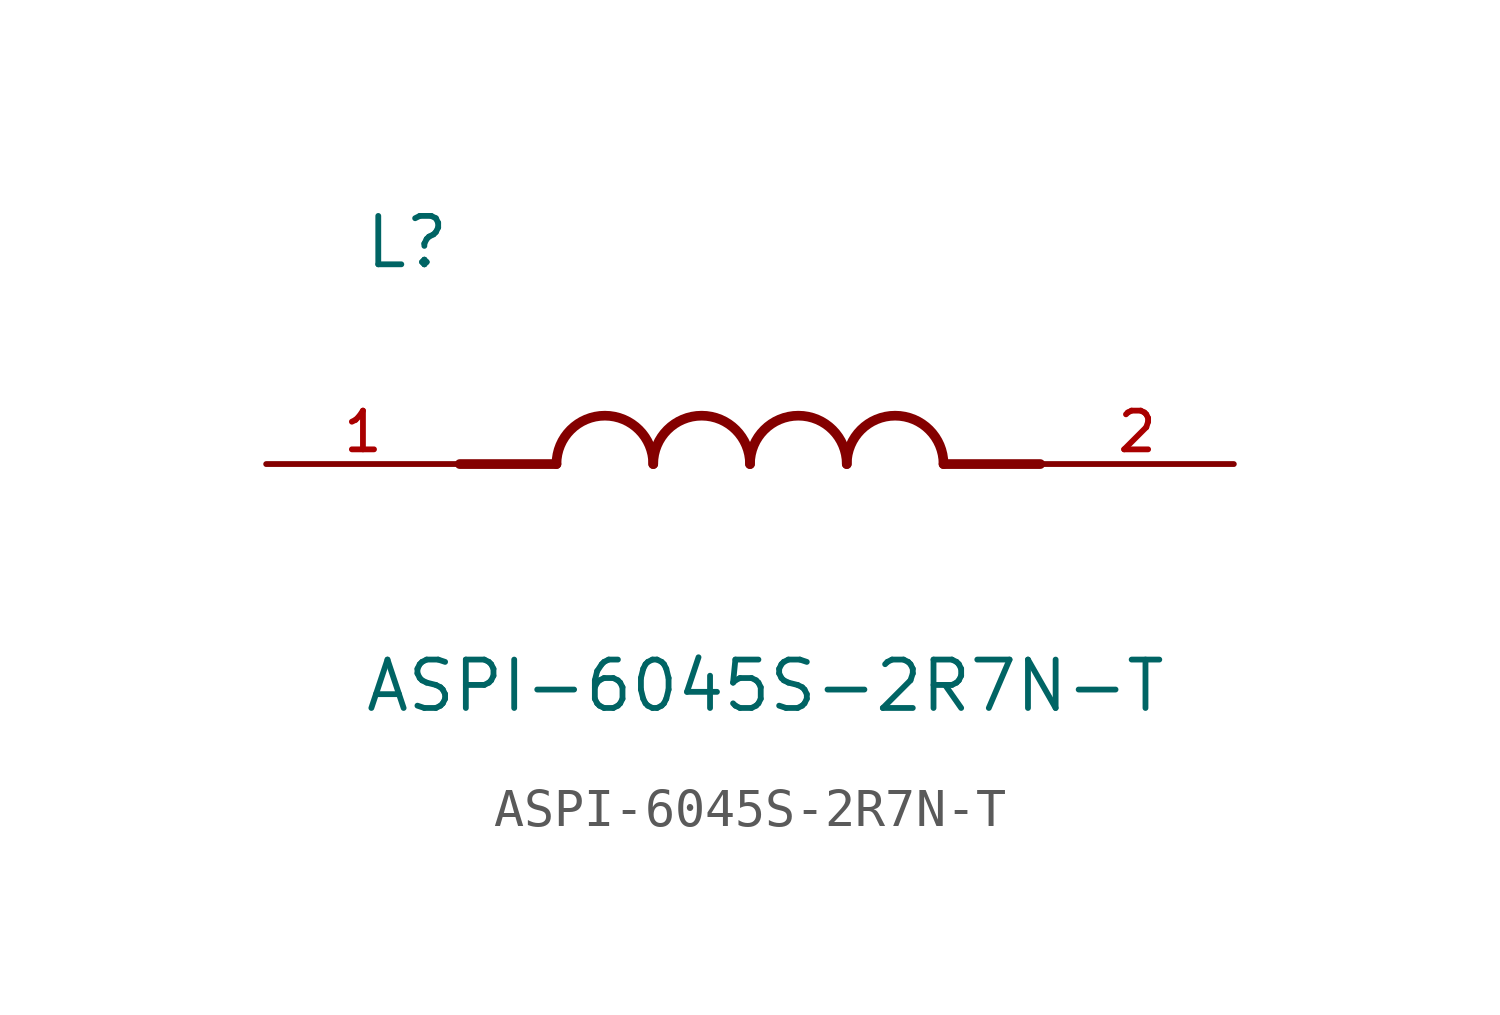
<source format=kicad_sym>
(kicad_symbol_lib
  (version 20211014)
  (generator kicad_symbol_editor)
  (symbol "ASPI-6045S-2R7N-T"
    (pin_names
      (offset 1.016))
    (property "Reference" "L"
      (at -10.16 5.08 0)
      (effects (font (size 1.27 1.27)) (justify bottom left)))
    (property "Value" "ASPI-6045S-2R7N-T"
      (at -10.16 -5.08 0)
      (effects (font (size 1.27 1.27)) (justify top left)))
    (symbol "ASPI-6045S-2R7N-T_0_0"
      (polyline (pts (xy -5.08 0.0) (xy -7.62 0.0)) (stroke (width 0.254)))
      (polyline (pts (xy 5.08 0.0) (xy 7.62 0.0)) (stroke (width 0.254)))
      (arc (start -2.54 0.0) (mid -3.81 1.27) (end -5.08 0.0) (stroke (width 0.254) (type default) (color 0 0 0 0)) (fill (type none)))
      (arc (start 0.0 0.0) (mid -1.27 1.27) (end -2.54 0.0) (stroke (width 0.254) (type default) (color 0 0 0 0)) (fill (type none)))
      (arc (start 2.54 0.0) (mid 1.27 1.27) (end 0.0 0.0) (stroke (width 0.254) (type default) (color 0 0 0 0)) (fill (type none)))
      (arc (start 5.08 0.0) (mid 3.81 1.27) (end 2.54 0.0) (stroke (width 0.254) (type default) (color 0 0 0 0)) (fill (type none)))
      (pin passive line (at -12.7 0.0 0) (length 5.08) (name "~" (effects (font (size 1.016 1.016)))) (number "1" (effects (font (size 1.016 1.016)))))
      (pin passive line (at 12.7 0.0 180.0) (length 5.08) (name "~" (effects (font (size 1.016 1.016)))) (number "2" (effects (font (size 1.016 1.016))))))))
</source>
